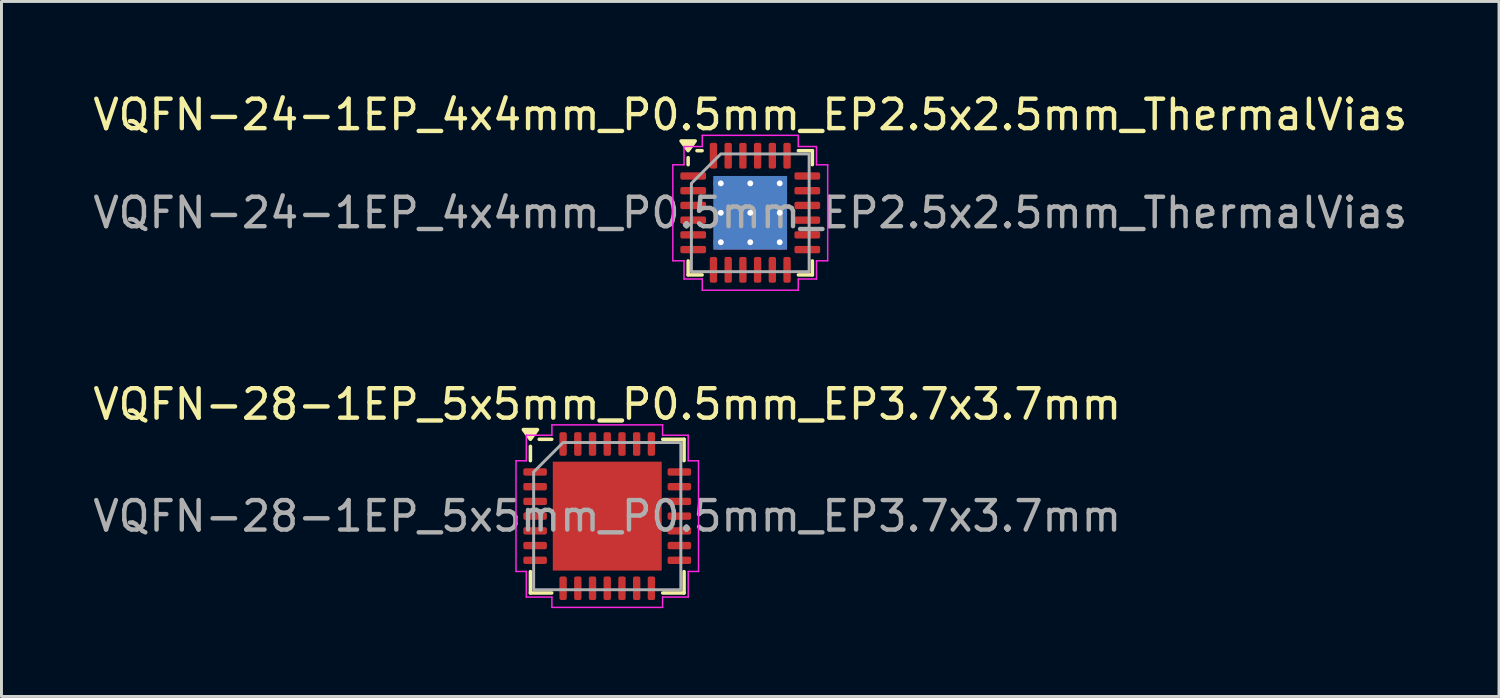
<source format=kicad_pcb>
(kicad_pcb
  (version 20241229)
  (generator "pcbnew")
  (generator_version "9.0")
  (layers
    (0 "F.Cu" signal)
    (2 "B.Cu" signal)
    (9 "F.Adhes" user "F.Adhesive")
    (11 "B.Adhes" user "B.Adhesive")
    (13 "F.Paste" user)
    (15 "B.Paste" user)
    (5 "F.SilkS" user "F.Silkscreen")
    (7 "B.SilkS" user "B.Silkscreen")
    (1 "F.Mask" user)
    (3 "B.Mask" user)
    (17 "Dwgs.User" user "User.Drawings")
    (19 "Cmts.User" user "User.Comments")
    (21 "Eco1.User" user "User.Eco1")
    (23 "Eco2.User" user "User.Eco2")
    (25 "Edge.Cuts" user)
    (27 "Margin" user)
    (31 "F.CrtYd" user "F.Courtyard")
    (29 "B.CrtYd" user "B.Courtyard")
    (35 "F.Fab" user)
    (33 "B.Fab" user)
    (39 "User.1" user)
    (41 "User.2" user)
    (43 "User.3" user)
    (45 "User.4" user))
  (footprint "VQFN-24-1EP_4x4mm_P0.5mm_EP2.5x2.5mm_ThermalVias"
    (layer "F.Cu")
    (at 22.435 4.178)
    (property "Reference" "VQFN-24-1EP_4x4mm_P0.5mm_EP2.5x2.5mm_ThermalVias" (at 0 -3.33 0) (layer "F.SilkS") (effects (font (size 1 1) (thickness 0.15))))
    (attr smd)
    (fp_line (start -2.11 -1.635) (end -2.11 -1.87) (stroke (width 0.12) (type solid)) (layer "F.SilkS"))
    (fp_line (start -2.11 2.11) (end -2.11 1.635) (stroke (width 0.12) (type solid)) (layer "F.SilkS"))
    (fp_line (start -1.635 -2.11) (end -1.81 -2.11) (stroke (width 0.12) (type solid)) (layer "F.SilkS"))
    (fp_line (start -1.635 2.11) (end -2.11 2.11) (stroke (width 0.12) (type solid)) (layer "F.SilkS"))
    (fp_line (start 1.635 -2.11) (end 2.11 -2.11) (stroke (width 0.12) (type solid)) (layer "F.SilkS"))
    (fp_line (start 1.635 2.11) (end 2.11 2.11) (stroke (width 0.12) (type solid)) (layer "F.SilkS"))
    (fp_line (start 2.11 -2.11) (end 2.11 -1.635) (stroke (width 0.12) (type solid)) (layer "F.SilkS"))
    (fp_line (start 2.11 2.11) (end 2.11 1.635) (stroke (width 0.12) (type solid)) (layer "F.SilkS"))
    (fp_poly (pts (xy -2.11 -2.11) (xy -2.35 -2.44) (xy -1.87 -2.44)) (stroke (width 0.12) (type solid)) (fill yes) (layer "F.SilkS"))
    (fp_line (start -2.63 -1.63) (end -2.25 -1.63) (stroke (width 0.05) (type solid)) (layer "F.CrtYd"))
    (fp_line (start -2.63 1.63) (end -2.63 -1.63) (stroke (width 0.05) (type solid)) (layer "F.CrtYd"))
    (fp_line (start -2.25 -2.25) (end -1.63 -2.25) (stroke (width 0.05) (type solid)) (layer "F.CrtYd"))
    (fp_line (start -2.25 -1.63) (end -2.25 -2.25) (stroke (width 0.05) (type solid)) (layer "F.CrtYd"))
    (fp_line (start -2.25 1.63) (end -2.63 1.63) (stroke (width 0.05) (type solid)) (layer "F.CrtYd"))
    (fp_line (start -2.25 2.25) (end -2.25 1.63) (stroke (width 0.05) (type solid)) (layer "F.CrtYd"))
    (fp_line (start -1.63 -2.63) (end 1.63 -2.63) (stroke (width 0.05) (type solid)) (layer "F.CrtYd"))
    (fp_line (start -1.63 -2.25) (end -1.63 -2.63) (stroke (width 0.05) (type solid)) (layer "F.CrtYd"))
    (fp_line (start -1.63 2.25) (end -2.25 2.25) (stroke (width 0.05) (type solid)) (layer "F.CrtYd"))
    (fp_line (start -1.63 2.63) (end -1.63 2.25) (stroke (width 0.05) (type solid)) (layer "F.CrtYd"))
    (fp_line (start 1.63 -2.63) (end 1.63 -2.25) (stroke (width 0.05) (type solid)) (layer "F.CrtYd"))
    (fp_line (start 1.63 -2.25) (end 2.25 -2.25) (stroke (width 0.05) (type solid)) (layer "F.CrtYd"))
    (fp_line (start 1.63 2.25) (end 1.63 2.63) (stroke (width 0.05) (type solid)) (layer "F.CrtYd"))
    (fp_line (start 1.63 2.63) (end -1.63 2.63) (stroke (width 0.05) (type solid)) (layer "F.CrtYd"))
    (fp_line (start 2.25 -2.25) (end 2.25 -1.63) (stroke (width 0.05) (type solid)) (layer "F.CrtYd"))
    (fp_line (start 2.25 -1.63) (end 2.63 -1.63) (stroke (width 0.05) (type solid)) (layer "F.CrtYd"))
    (fp_line (start 2.25 1.63) (end 2.25 2.25) (stroke (width 0.05) (type solid)) (layer "F.CrtYd"))
    (fp_line (start 2.25 2.25) (end 1.63 2.25) (stroke (width 0.05) (type solid)) (layer "F.CrtYd"))
    (fp_line (start 2.63 -1.63) (end 2.63 1.63) (stroke (width 0.05) (type solid)) (layer "F.CrtYd"))
    (fp_line (start 2.63 1.63) (end 2.25 1.63) (stroke (width 0.05) (type solid)) (layer "F.CrtYd"))
    (fp_poly (pts (xy -2 -1) (xy -2 2) (xy 2 2) (xy 2 -2) (xy -1 -2)) (stroke (width 0.1) (type solid)) (fill no) (layer "F.Fab"))
    (fp_text user "${REFERENCE}" (at 0 0 0) (layer "F.Fab") (effects (font (size 1 1) (thickness 0.15))))
    (pad "" smd roundrect (at -0.625 -0.625) (size 0.93 0.93) (layers "F.Paste") (roundrect_rratio 0.25))
    (pad "" smd roundrect (at -0.625 0.625) (size 0.93 0.93) (layers "F.Paste") (roundrect_rratio 0.25))
    (pad "" smd roundrect (at 0.625 -0.625) (size 0.93 0.93) (layers "F.Paste") (roundrect_rratio 0.25))
    (pad "" smd roundrect (at 0.625 0.625) (size 0.93 0.93) (layers "F.Paste") (roundrect_rratio 0.25))
    (pad "1" smd roundrect (at -1.938 -1.25) (size 0.875 0.25) (layers "F.Cu" "F.Mask" "F.Paste") (roundrect_rratio 0.25))
    (pad "2" smd roundrect (at -1.938 -0.75) (size 0.875 0.25) (layers "F.Cu" "F.Mask" "F.Paste") (roundrect_rratio 0.25))
    (pad "3" smd roundrect (at -1.938 -0.25) (size 0.875 0.25) (layers "F.Cu" "F.Mask" "F.Paste") (roundrect_rratio 0.25))
    (pad "4" smd roundrect (at -1.938 0.25) (size 0.875 0.25) (layers "F.Cu" "F.Mask" "F.Paste") (roundrect_rratio 0.25))
    (pad "5" smd roundrect (at -1.938 0.75) (size 0.875 0.25) (layers "F.Cu" "F.Mask" "F.Paste") (roundrect_rratio 0.25))
    (pad "6" smd roundrect (at -1.938 1.25) (size 0.875 0.25) (layers "F.Cu" "F.Mask" "F.Paste") (roundrect_rratio 0.25))
    (pad "7" smd roundrect (at -1.25 1.938) (size 0.25 0.875) (layers "F.Cu" "F.Mask" "F.Paste") (roundrect_rratio 0.25))
    (pad "8" smd roundrect (at -0.75 1.938) (size 0.25 0.875) (layers "F.Cu" "F.Mask" "F.Paste") (roundrect_rratio 0.25))
    (pad "9" smd roundrect (at -0.25 1.938) (size 0.25 0.875) (layers "F.Cu" "F.Mask" "F.Paste") (roundrect_rratio 0.25))
    (pad "10" smd roundrect (at 0.25 1.938) (size 0.25 0.875) (layers "F.Cu" "F.Mask" "F.Paste") (roundrect_rratio 0.25))
    (pad "11" smd roundrect (at 0.75 1.938) (size 0.25 0.875) (layers "F.Cu" "F.Mask" "F.Paste") (roundrect_rratio 0.25))
    (pad "12" smd roundrect (at 1.25 1.938) (size 0.25 0.875) (layers "F.Cu" "F.Mask" "F.Paste") (roundrect_rratio 0.25))
    (pad "13" smd roundrect (at 1.938 1.25) (size 0.875 0.25) (layers "F.Cu" "F.Mask" "F.Paste") (roundrect_rratio 0.25))
    (pad "14" smd roundrect (at 1.938 0.75) (size 0.875 0.25) (layers "F.Cu" "F.Mask" "F.Paste") (roundrect_rratio 0.25))
    (pad "15" smd roundrect (at 1.938 0.25) (size 0.875 0.25) (layers "F.Cu" "F.Mask" "F.Paste") (roundrect_rratio 0.25))
    (pad "16" smd roundrect (at 1.938 -0.25) (size 0.875 0.25) (layers "F.Cu" "F.Mask" "F.Paste") (roundrect_rratio 0.25))
    (pad "17" smd roundrect (at 1.938 -0.75) (size 0.875 0.25) (layers "F.Cu" "F.Mask" "F.Paste") (roundrect_rratio 0.25))
    (pad "18" smd roundrect (at 1.938 -1.25) (size 0.875 0.25) (layers "F.Cu" "F.Mask" "F.Paste") (roundrect_rratio 0.25))
    (pad "19" smd roundrect (at 1.25 -1.938) (size 0.25 0.875) (layers "F.Cu" "F.Mask" "F.Paste") (roundrect_rratio 0.25))
    (pad "20" smd roundrect (at 0.75 -1.938) (size 0.25 0.875) (layers "F.Cu" "F.Mask" "F.Paste") (roundrect_rratio 0.25))
    (pad "21" smd roundrect (at 0.25 -1.938) (size 0.25 0.875) (layers "F.Cu" "F.Mask" "F.Paste") (roundrect_rratio 0.25))
    (pad "22" smd roundrect (at -0.25 -1.938) (size 0.25 0.875) (layers "F.Cu" "F.Mask" "F.Paste") (roundrect_rratio 0.25))
    (pad "23" smd roundrect (at -0.75 -1.938) (size 0.25 0.875) (layers "F.Cu" "F.Mask" "F.Paste") (roundrect_rratio 0.25))
    (pad "24" smd roundrect (at -1.25 -1.938) (size 0.25 0.875) (layers "F.Cu" "F.Mask" "F.Paste") (roundrect_rratio 0.25))
    (pad "25" thru_hole circle (at -1 -1) (size 0.5 0.5) (drill 0.2) (property pad_prop_heatsink) (layers "*.Cu"))
    (pad "25" thru_hole circle (at -1 0) (size 0.5 0.5) (drill 0.2) (property pad_prop_heatsink) (layers "*.Cu"))
    (pad "25" thru_hole circle (at -1 1) (size 0.5 0.5) (drill 0.2) (property pad_prop_heatsink) (layers "*.Cu"))
    (pad "25" thru_hole circle (at 0 -1) (size 0.5 0.5) (drill 0.2) (property pad_prop_heatsink) (layers "*.Cu"))
    (pad "25" thru_hole circle (at 0 0) (size 0.5 0.5) (drill 0.2) (property pad_prop_heatsink) (layers "*.Cu"))
    (pad "25" smd rect (at 0 0) (size 2.5 2.5) (property pad_prop_heatsink) (layers "F.Cu" "F.Mask"))
    (pad "25" smd rect (at 0 0) (size 2.5 2.5) (property pad_prop_heatsink) (layers "B.Cu"))
    (pad "25" thru_hole circle (at 0 1) (size 0.5 0.5) (drill 0.2) (property pad_prop_heatsink) (layers "*.Cu"))
    (pad "25" thru_hole circle (at 1 -1) (size 0.5 0.5) (drill 0.2) (property pad_prop_heatsink) (layers "*.Cu"))
    (pad "25" thru_hole circle (at 1 0) (size 0.5 0.5) (drill 0.2) (property pad_prop_heatsink) (layers "*.Cu"))
    (pad "25" thru_hole circle (at 1 1) (size 0.5 0.5) (drill 0.2) (property pad_prop_heatsink) (layers "*.Cu")))
  (footprint "VQFN-28-1EP_5x5mm_P0.5mm_EP3.7x3.7mm"
    (layer "F.Cu")
    (at 17.577 14.482)
    (property "Reference" "VQFN-28-1EP_5x5mm_P0.5mm_EP3.7x3.7mm" (at 0 -3.8 0) (layer "F.SilkS") (effects (font (size 1 1) (thickness 0.15))))
    (attr smd)
    (fp_line (start -2.61 -1.885) (end -2.61 -2.37) (stroke (width 0.12) (type solid)) (layer "F.SilkS"))
    (fp_line (start -2.61 2.61) (end -2.61 1.885) (stroke (width 0.12) (type solid)) (layer "F.SilkS"))
    (fp_line (start -1.885 -2.61) (end -2.31 -2.61) (stroke (width 0.12) (type solid)) (layer "F.SilkS"))
    (fp_line (start -1.885 2.61) (end -2.61 2.61) (stroke (width 0.12) (type solid)) (layer "F.SilkS"))
    (fp_line (start 1.885 -2.61) (end 2.61 -2.61) (stroke (width 0.12) (type solid)) (layer "F.SilkS"))
    (fp_line (start 1.885 2.61) (end 2.61 2.61) (stroke (width 0.12) (type solid)) (layer "F.SilkS"))
    (fp_line (start 2.61 -2.61) (end 2.61 -1.885) (stroke (width 0.12) (type solid)) (layer "F.SilkS"))
    (fp_line (start 2.61 2.61) (end 2.61 1.885) (stroke (width 0.12) (type solid)) (layer "F.SilkS"))
    (fp_poly (pts (xy -2.61 -2.61) (xy -2.85 -2.94) (xy -2.37 -2.94)) (stroke (width 0.12) (type solid)) (fill yes) (layer "F.SilkS"))
    (fp_line (start -3.1 -1.88) (end -2.75 -1.88) (stroke (width 0.05) (type solid)) (layer "F.CrtYd"))
    (fp_line (start -3.1 1.88) (end -3.1 -1.88) (stroke (width 0.05) (type solid)) (layer "F.CrtYd"))
    (fp_line (start -2.75 -2.75) (end -1.88 -2.75) (stroke (width 0.05) (type solid)) (layer "F.CrtYd"))
    (fp_line (start -2.75 -1.88) (end -2.75 -2.75) (stroke (width 0.05) (type solid)) (layer "F.CrtYd"))
    (fp_line (start -2.75 1.88) (end -3.1 1.88) (stroke (width 0.05) (type solid)) (layer "F.CrtYd"))
    (fp_line (start -2.75 2.75) (end -2.75 1.88) (stroke (width 0.05) (type solid)) (layer "F.CrtYd"))
    (fp_line (start -1.88 -3.1) (end 1.88 -3.1) (stroke (width 0.05) (type solid)) (layer "F.CrtYd"))
    (fp_line (start -1.88 -2.75) (end -1.88 -3.1) (stroke (width 0.05) (type solid)) (layer "F.CrtYd"))
    (fp_line (start -1.88 2.75) (end -2.75 2.75) (stroke (width 0.05) (type solid)) (layer "F.CrtYd"))
    (fp_line (start -1.88 3.1) (end -1.88 2.75) (stroke (width 0.05) (type solid)) (layer "F.CrtYd"))
    (fp_line (start 1.88 -3.1) (end 1.88 -2.75) (stroke (width 0.05) (type solid)) (layer "F.CrtYd"))
    (fp_line (start 1.88 -2.75) (end 2.75 -2.75) (stroke (width 0.05) (type solid)) (layer "F.CrtYd"))
    (fp_line (start 1.88 2.75) (end 1.88 3.1) (stroke (width 0.05) (type solid)) (layer "F.CrtYd"))
    (fp_line (start 1.88 3.1) (end -1.88 3.1) (stroke (width 0.05) (type solid)) (layer "F.CrtYd"))
    (fp_line (start 2.75 -2.75) (end 2.75 -1.88) (stroke (width 0.05) (type solid)) (layer "F.CrtYd"))
    (fp_line (start 2.75 -1.88) (end 3.1 -1.88) (stroke (width 0.05) (type solid)) (layer "F.CrtYd"))
    (fp_line (start 2.75 1.88) (end 2.75 2.75) (stroke (width 0.05) (type solid)) (layer "F.CrtYd"))
    (fp_line (start 2.75 2.75) (end 1.88 2.75) (stroke (width 0.05) (type solid)) (layer "F.CrtYd"))
    (fp_line (start 3.1 -1.88) (end 3.1 1.88) (stroke (width 0.05) (type solid)) (layer "F.CrtYd"))
    (fp_line (start 3.1 1.88) (end 2.75 1.88) (stroke (width 0.05) (type solid)) (layer "F.CrtYd"))
    (fp_poly (pts (xy -2.5 -1.5) (xy -2.5 2.5) (xy 2.5 2.5) (xy 2.5 -2.5) (xy -1.5 -2.5)) (stroke (width 0.1) (type solid)) (fill no) (layer "F.Fab"))
    (fp_text user "${REFERENCE}" (at 0 0 0) (layer "F.Fab") (effects (font (size 1 1) (thickness 0.15))))
    (pad "" smd roundrect (at -0.925 -0.925) (size 1.49 1.49) (layers "F.Paste") (roundrect_rratio 0.168))
    (pad "" smd roundrect (at -0.925 0.925) (size 1.49 1.49) (layers "F.Paste") (roundrect_rratio 0.168))
    (pad "" smd roundrect (at 0.925 -0.925) (size 1.49 1.49) (layers "F.Paste") (roundrect_rratio 0.168))
    (pad "" smd roundrect (at 0.925 0.925) (size 1.49 1.49) (layers "F.Paste") (roundrect_rratio 0.168))
    (pad "1" smd roundrect (at -2.45 -1.5) (size 0.8 0.25) (layers "F.Cu" "F.Mask" "F.Paste") (roundrect_rratio 0.25))
    (pad "2" smd roundrect (at -2.45 -1) (size 0.8 0.25) (layers "F.Cu" "F.Mask" "F.Paste") (roundrect_rratio 0.25))
    (pad "3" smd roundrect (at -2.45 -0.5) (size 0.8 0.25) (layers "F.Cu" "F.Mask" "F.Paste") (roundrect_rratio 0.25))
    (pad "4" smd roundrect (at -2.45 0) (size 0.8 0.25) (layers "F.Cu" "F.Mask" "F.Paste") (roundrect_rratio 0.25))
    (pad "5" smd roundrect (at -2.45 0.5) (size 0.8 0.25) (layers "F.Cu" "F.Mask" "F.Paste") (roundrect_rratio 0.25))
    (pad "6" smd roundrect (at -2.45 1) (size 0.8 0.25) (layers "F.Cu" "F.Mask" "F.Paste") (roundrect_rratio 0.25))
    (pad "7" smd roundrect (at -2.45 1.5) (size 0.8 0.25) (layers "F.Cu" "F.Mask" "F.Paste") (roundrect_rratio 0.25))
    (pad "8" smd roundrect (at -1.5 2.45) (size 0.25 0.8) (layers "F.Cu" "F.Mask" "F.Paste") (roundrect_rratio 0.25))
    (pad "9" smd roundrect (at -1 2.45) (size 0.25 0.8) (layers "F.Cu" "F.Mask" "F.Paste") (roundrect_rratio 0.25))
    (pad "10" smd roundrect (at -0.5 2.45) (size 0.25 0.8) (layers "F.Cu" "F.Mask" "F.Paste") (roundrect_rratio 0.25))
    (pad "11" smd roundrect (at 0 2.45) (size 0.25 0.8) (layers "F.Cu" "F.Mask" "F.Paste") (roundrect_rratio 0.25))
    (pad "12" smd roundrect (at 0.5 2.45) (size 0.25 0.8) (layers "F.Cu" "F.Mask" "F.Paste") (roundrect_rratio 0.25))
    (pad "13" smd roundrect (at 1 2.45) (size 0.25 0.8) (layers "F.Cu" "F.Mask" "F.Paste") (roundrect_rratio 0.25))
    (pad "14" smd roundrect (at 1.5 2.45) (size 0.25 0.8) (layers "F.Cu" "F.Mask" "F.Paste") (roundrect_rratio 0.25))
    (pad "15" smd roundrect (at 2.45 1.5) (size 0.8 0.25) (layers "F.Cu" "F.Mask" "F.Paste") (roundrect_rratio 0.25))
    (pad "16" smd roundrect (at 2.45 1) (size 0.8 0.25) (layers "F.Cu" "F.Mask" "F.Paste") (roundrect_rratio 0.25))
    (pad "17" smd roundrect (at 2.45 0.5) (size 0.8 0.25) (layers "F.Cu" "F.Mask" "F.Paste") (roundrect_rratio 0.25))
    (pad "18" smd roundrect (at 2.45 0) (size 0.8 0.25) (layers "F.Cu" "F.Mask" "F.Paste") (roundrect_rratio 0.25))
    (pad "19" smd roundrect (at 2.45 -0.5) (size 0.8 0.25) (layers "F.Cu" "F.Mask" "F.Paste") (roundrect_rratio 0.25))
    (pad "20" smd roundrect (at 2.45 -1) (size 0.8 0.25) (layers "F.Cu" "F.Mask" "F.Paste") (roundrect_rratio 0.25))
    (pad "21" smd roundrect (at 2.45 -1.5) (size 0.8 0.25) (layers "F.Cu" "F.Mask" "F.Paste") (roundrect_rratio 0.25))
    (pad "22" smd roundrect (at 1.5 -2.45) (size 0.25 0.8) (layers "F.Cu" "F.Mask" "F.Paste") (roundrect_rratio 0.25))
    (pad "23" smd roundrect (at 1 -2.45) (size 0.25 0.8) (layers "F.Cu" "F.Mask" "F.Paste") (roundrect_rratio 0.25))
    (pad "24" smd roundrect (at 0.5 -2.45) (size 0.25 0.8) (layers "F.Cu" "F.Mask" "F.Paste") (roundrect_rratio 0.25))
    (pad "25" smd roundrect (at 0 -2.45) (size 0.25 0.8) (layers "F.Cu" "F.Mask" "F.Paste") (roundrect_rratio 0.25))
    (pad "26" smd roundrect (at -0.5 -2.45) (size 0.25 0.8) (layers "F.Cu" "F.Mask" "F.Paste") (roundrect_rratio 0.25))
    (pad "27" smd roundrect (at -1 -2.45) (size 0.25 0.8) (layers "F.Cu" "F.Mask" "F.Paste") (roundrect_rratio 0.25))
    (pad "28" smd roundrect (at -1.5 -2.45) (size 0.25 0.8) (layers "F.Cu" "F.Mask" "F.Paste") (roundrect_rratio 0.25))
    (pad "29" smd rect (at 0 0) (size 3.7 3.7) (property pad_prop_heatsink) (layers "F.Cu" "F.Mask")))
  (gr_rect
    (start -3 -3)
    (end 47.869 20.607)
    (stroke (width 0.1) (type default))
    (fill no)
    (layer "Edge.Cuts")))
</source>
